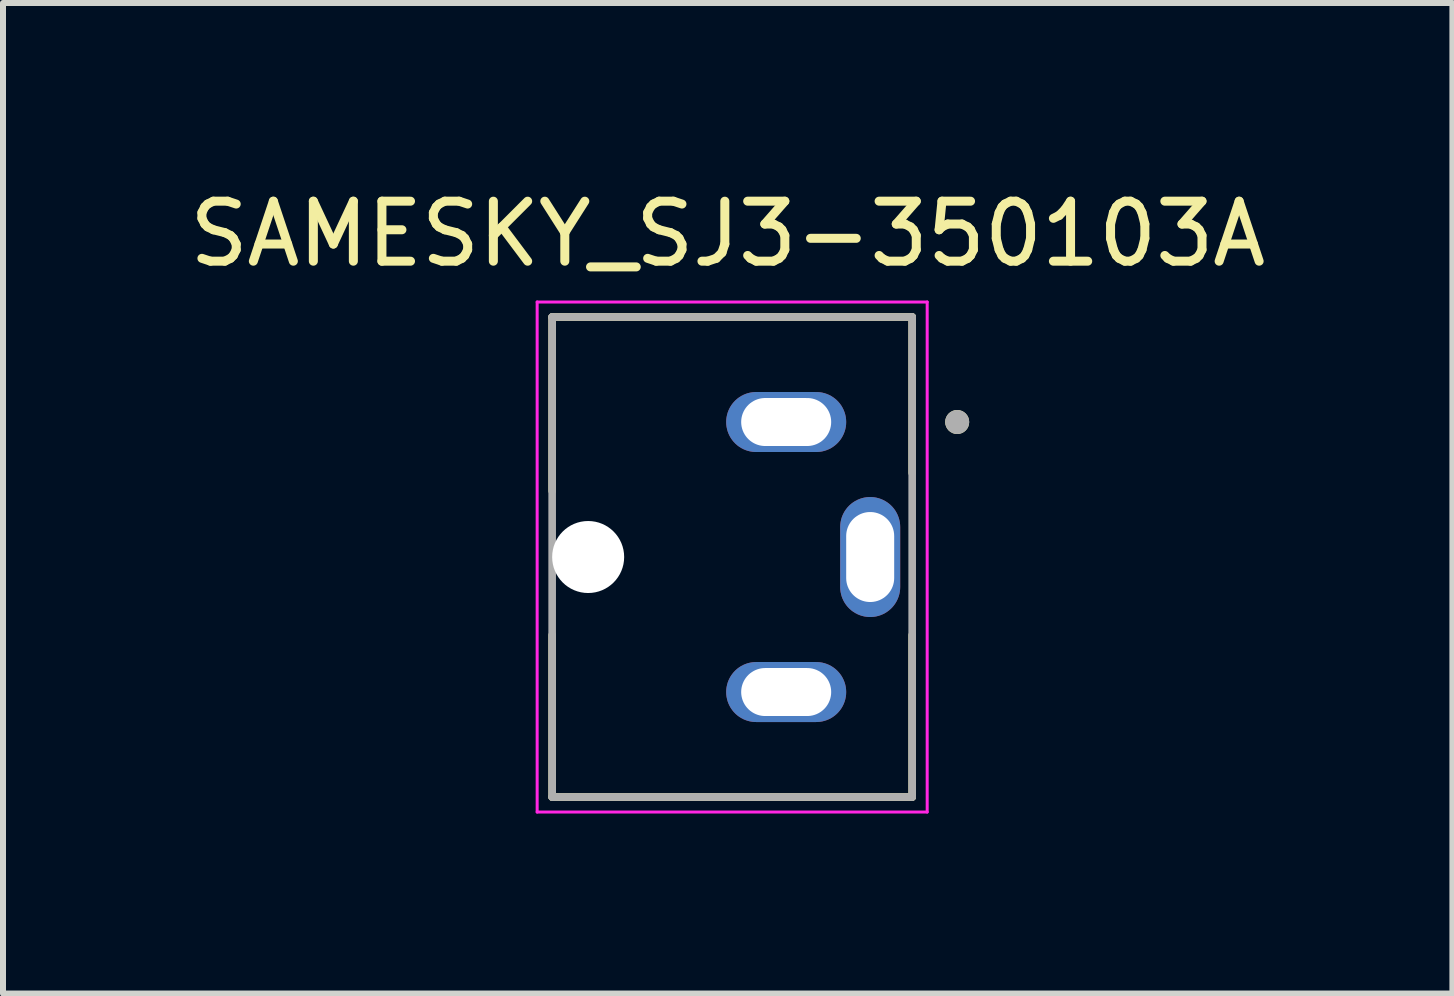
<source format=kicad_pcb>
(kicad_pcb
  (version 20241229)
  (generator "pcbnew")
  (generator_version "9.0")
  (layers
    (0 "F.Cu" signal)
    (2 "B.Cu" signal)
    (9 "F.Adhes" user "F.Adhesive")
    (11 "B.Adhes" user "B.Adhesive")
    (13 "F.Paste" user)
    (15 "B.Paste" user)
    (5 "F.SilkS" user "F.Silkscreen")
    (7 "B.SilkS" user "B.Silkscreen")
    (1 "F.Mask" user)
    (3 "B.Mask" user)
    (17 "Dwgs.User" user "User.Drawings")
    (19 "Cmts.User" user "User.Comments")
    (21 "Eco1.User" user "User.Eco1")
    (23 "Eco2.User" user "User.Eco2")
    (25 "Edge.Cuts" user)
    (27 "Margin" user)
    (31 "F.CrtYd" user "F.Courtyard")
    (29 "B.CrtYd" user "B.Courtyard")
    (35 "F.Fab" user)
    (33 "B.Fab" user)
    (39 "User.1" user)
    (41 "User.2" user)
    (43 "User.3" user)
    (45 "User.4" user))
  (footprint "SAMESKY_SJ3-350103A"
    (layer "F.Cu")
    (at 9.152 6.233)
    (property "Reference" "SAMESKY_SJ3-350103A" (at -0.075 -5.385 0) (layer "F.SilkS") (effects (font (size 1 1) (thickness 0.15))))
    (attr through_hole)
    (fp_line (start -3 -4) (end 3 -4) (stroke (width 0.127) (type solid)) (layer "F.SilkS"))
    (fp_line (start -3 -1.1) (end -3 -4) (stroke (width 0.127) (type solid)) (layer "F.SilkS"))
    (fp_line (start -3 4) (end -3 1.3) (stroke (width 0.127) (type solid)) (layer "F.SilkS"))
    (fp_line (start 3 -4) (end 3 -1.4) (stroke (width 0.127) (type solid)) (layer "F.SilkS"))
    (fp_line (start 3 1.3) (end 3 4) (stroke (width 0.127) (type solid)) (layer "F.SilkS"))
    (fp_line (start 3 4) (end -3 4) (stroke (width 0.127) (type solid)) (layer "F.SilkS"))
    (fp_circle (center 3.75 -2.25) (end 3.85 -2.25) (stroke (width 0.2) (type solid)) (fill no) (layer "F.SilkS"))
    (fp_line (start -3.25 -4.25) (end -3.25 4.25) (stroke (width 0.05) (type solid)) (layer "F.CrtYd"))
    (fp_line (start -3.25 4.25) (end 3.25 4.25) (stroke (width 0.05) (type solid)) (layer "F.CrtYd"))
    (fp_line (start 3.25 -4.25) (end -3.25 -4.25) (stroke (width 0.05) (type solid)) (layer "F.CrtYd"))
    (fp_line (start 3.25 4.25) (end 3.25 -4.25) (stroke (width 0.05) (type solid)) (layer "F.CrtYd"))
    (fp_line (start -3 -4) (end -3 4) (stroke (width 0.127) (type solid)) (layer "F.Fab"))
    (fp_line (start -3 4) (end 3 4) (stroke (width 0.127) (type solid)) (layer "F.Fab"))
    (fp_line (start 3 -4) (end -3 -4) (stroke (width 0.127) (type solid)) (layer "F.Fab"))
    (fp_line (start 3 4) (end 3 -4) (stroke (width 0.127) (type solid)) (layer "F.Fab"))
    (fp_circle (center 3.75 -2.25) (end 3.85 -2.25) (stroke (width 0.2) (type solid)) (fill no) (layer "F.Fab"))
    (pad "" np_thru_hole circle (at -2.4 0) (size 1.2 1.2) (drill 1.2) (layers "*.Cu" "*.Mask"))
    (pad "1" thru_hole oval (at 0.9 -2.25) (size 2 1) (drill oval 1.5 0.8) (layers "*.Cu" "*.Mask"))
    (pad "2" thru_hole oval (at 0.9 2.25) (size 2 1) (drill oval 1.5 0.8) (layers "*.Cu" "*.Mask"))
    (pad "3" thru_hole oval (at 2.3 0) (size 1 2) (drill oval 0.8 1.5) (layers "*.Cu" "*.Mask")))
  (gr_rect
    (start -3 -3)
    (end 21.155 13.508)
    (stroke (width 0.1) (type default))
    (fill no)
    (layer "Edge.Cuts")))
</source>
